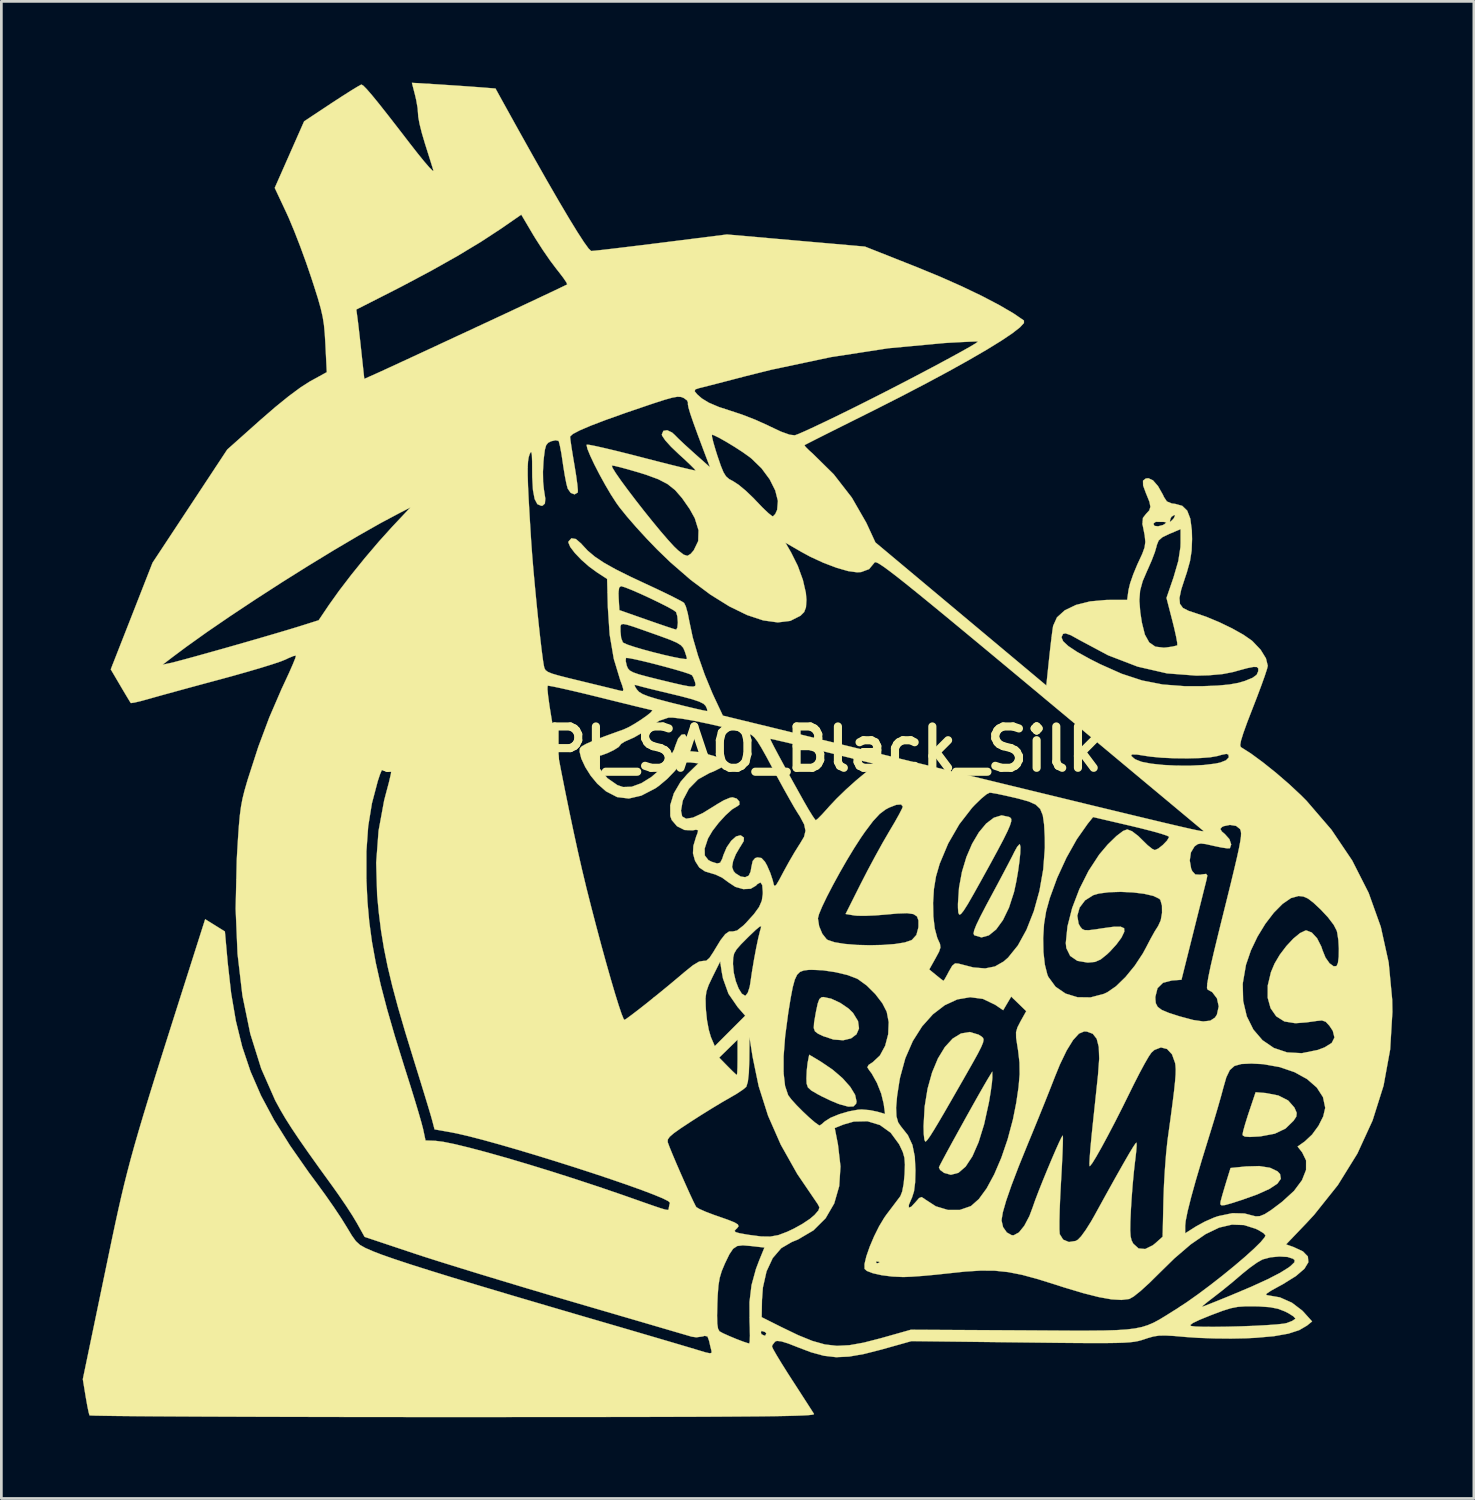
<source format=kicad_pcb>
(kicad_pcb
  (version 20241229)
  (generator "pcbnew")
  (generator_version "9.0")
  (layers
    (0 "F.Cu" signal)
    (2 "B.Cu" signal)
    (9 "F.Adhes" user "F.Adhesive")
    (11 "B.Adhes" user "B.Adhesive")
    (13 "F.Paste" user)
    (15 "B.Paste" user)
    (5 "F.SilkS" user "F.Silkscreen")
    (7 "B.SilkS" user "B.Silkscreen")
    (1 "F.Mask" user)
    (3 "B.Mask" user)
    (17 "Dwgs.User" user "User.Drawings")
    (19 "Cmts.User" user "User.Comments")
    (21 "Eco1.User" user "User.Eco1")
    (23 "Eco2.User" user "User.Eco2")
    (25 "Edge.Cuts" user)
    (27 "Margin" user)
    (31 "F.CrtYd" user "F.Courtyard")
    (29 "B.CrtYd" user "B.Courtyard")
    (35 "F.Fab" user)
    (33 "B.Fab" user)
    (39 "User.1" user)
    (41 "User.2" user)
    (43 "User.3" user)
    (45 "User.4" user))
  (footprint "SPIvSPI_SAO_Black_Silk"
    (layer "F.Cu")
    (at 24.156 24.581)
    (property "Reference" "SPIvSPI_SAO_Black_Silk" (at 0 0 0) (layer "F.SilkS") (effects (font (size 1.524 1.524) (thickness 0.3))))
    (attr through_hole)
    (fp_poly (pts (xy 19.639 15.443) (xy 19.916 15.575) (xy 20.01 15.677) (xy 20.039 15.849) (xy 19.911 16.029) (xy 19.625 16.219) (xy 19.177 16.423) (xy 18.578 16.636) (xy 18.211 16.754) (xy 17.978 16.819) (xy 17.852 16.83) (xy 17.807 16.788) (xy 17.816 16.693) (xy 17.83 16.637) (xy 17.884 16.439) (xy 17.968 16.154) (xy 18.033 15.938) (xy 18.184 15.452) (xy 18.755 15.394) (xy 19.244 15.381) (xy 19.639 15.443)) (stroke (width 0.01) (type solid)) (fill yes) (layer "F.SilkS"))
    (fp_poly (pts (xy 3.454 9.207) (xy 3.784 9.36) (xy 4.092 9.57) (xy 4.258 9.731) (xy 4.443 10.034) (xy 4.479 10.302) (xy 4.387 10.519) (xy 4.186 10.67) (xy 3.896 10.74) (xy 3.537 10.713) (xy 3.154 10.586) (xy 2.966 10.496) (xy 2.855 10.411) (xy 2.811 10.29) (xy 2.822 10.092) (xy 2.876 9.777) (xy 2.893 9.683) (xy 2.956 9.387) (xy 3.017 9.223) (xy 3.096 9.155) (xy 3.168 9.146) (xy 3.454 9.207)) (stroke (width 0.01) (type solid)) (fill yes) (layer "F.SilkS"))
    (fp_poly (pts (xy 19.482 12.687) (xy 19.946 12.777) (xy 20.308 12.961) (xy 20.54 13.224) (xy 20.543 13.231) (xy 20.624 13.418) (xy 20.61 13.553) (xy 20.51 13.706) (xy 20.211 13.997) (xy 19.815 14.186) (xy 19.297 14.283) (xy 19.212 14.29) (xy 18.895 14.306) (xy 18.714 14.294) (xy 18.636 14.251) (xy 18.627 14.21) (xy 18.653 14.079) (xy 18.722 13.833) (xy 18.821 13.515) (xy 18.868 13.374) (xy 19.109 12.658) (xy 19.482 12.687)) (stroke (width 0.01) (type solid)) (fill yes) (layer "F.SilkS"))
    (fp_poly (pts (xy 3.078 11.534) (xy 3.51 11.828) (xy 3.876 12.144) (xy 4.157 12.46) (xy 4.335 12.753) (xy 4.389 12.999) (xy 4.373 13.079) (xy 4.276 13.18) (xy 4.083 13.188) (xy 3.774 13.104) (xy 3.7 13.078) (xy 3.433 12.966) (xy 3.115 12.814) (xy 2.959 12.732) (xy 2.72 12.593) (xy 2.595 12.479) (xy 2.547 12.337) (xy 2.54 12.147) (xy 2.553 11.848) (xy 2.584 11.571) (xy 2.592 11.532) (xy 2.643 11.274) (xy 3.078 11.534)) (stroke (width 0.01) (type solid)) (fill yes) (layer "F.SilkS"))
    (fp_poly (pts (xy 9.397 12.119) (xy 9.382 12.306) (xy 9.342 12.602) (xy 9.285 12.953) (xy 9.267 13.05) (xy 9.094 13.839) (xy 8.89 14.498) (xy 8.662 15.02) (xy 8.412 15.4) (xy 8.146 15.629) (xy 7.867 15.702) (xy 7.62 15.633) (xy 7.472 15.524) (xy 7.427 15.431) (xy 7.471 15.337) (xy 7.584 15.121) (xy 7.751 14.811) (xy 7.958 14.432) (xy 8.191 14.01) (xy 8.433 13.572) (xy 8.672 13.144) (xy 8.893 12.752) (xy 9.081 12.423) (xy 9.221 12.183) (xy 9.241 12.15) (xy 9.395 11.896) (xy 9.397 12.119)) (stroke (width 0.01) (type solid)) (fill yes) (layer "F.SilkS"))
    (fp_poly (pts (xy 10.015 2.503) (xy 10.061 2.53) (xy 10.096 2.577) (xy 10.094 2.666) (xy 10.05 2.811) (xy 9.956 3.029) (xy 9.805 3.335) (xy 9.589 3.743) (xy 9.303 4.27) (xy 8.996 4.826) (xy 8.71 5.339) (xy 8.495 5.713) (xy 8.34 5.958) (xy 8.237 6.086) (xy 8.174 6.105) (xy 8.142 6.027) (xy 8.13 5.861) (xy 8.129 5.712) (xy 8.169 5.11) (xy 8.277 4.527) (xy 8.442 3.98) (xy 8.653 3.49) (xy 8.9 3.072) (xy 9.17 2.747) (xy 9.454 2.531) (xy 9.739 2.444) (xy 10.015 2.503)) (stroke (width 0.01) (type solid)) (fill yes) (layer "F.SilkS"))
    (fp_poly (pts (xy 10.434 3.612) (xy 10.427 3.838) (xy 10.395 4.152) (xy 10.345 4.514) (xy 10.281 4.884) (xy 10.208 5.225) (xy 10.193 5.286) (xy 10.011 5.848) (xy 9.788 6.308) (xy 9.537 6.653) (xy 9.269 6.87) (xy 8.997 6.946) (xy 8.733 6.867) (xy 8.731 6.866) (xy 8.704 6.809) (xy 8.727 6.688) (xy 8.807 6.484) (xy 8.953 6.181) (xy 9.172 5.76) (xy 9.339 5.449) (xy 9.584 4.993) (xy 9.811 4.565) (xy 10.003 4.199) (xy 10.145 3.925) (xy 10.21 3.792) (xy 10.313 3.606) (xy 10.395 3.514) (xy 10.413 3.513) (xy 10.434 3.612)) (stroke (width 0.01) (type solid)) (fill yes) (layer "F.SilkS"))
    (fp_poly (pts (xy 8.89 10.533) (xy 9.006 10.607) (xy 9.055 10.654) (xy 9.074 10.719) (xy 9.055 10.822) (xy 8.989 10.984) (xy 8.867 11.225) (xy 8.679 11.565) (xy 8.418 12.024) (xy 8.319 12.198) (xy 7.945 12.85) (xy 7.646 13.369) (xy 7.412 13.768) (xy 7.235 14.063) (xy 7.106 14.267) (xy 7.016 14.395) (xy 6.958 14.46) (xy 6.922 14.478) (xy 6.89 14.401) (xy 6.868 14.198) (xy 6.861 13.913) (xy 6.861 13.906) (xy 6.901 13.189) (xy 7.009 12.525) (xy 7.175 11.929) (xy 7.39 11.413) (xy 7.646 10.992) (xy 7.933 10.679) (xy 8.242 10.49) (xy 8.564 10.436) (xy 8.89 10.533)) (stroke (width 0.01) (type solid)) (fill yes) (layer "F.SilkS"))
    (fp_poly (pts (xy -11.107 -24.521) (xy -10.644 -24.491) (xy -10.161 -24.459) (xy -9.733 -24.428) (xy -9.566 -24.416) (xy -8.929 -24.366) (xy -8.689 -23.93) (xy -8.083 -22.836) (xy -7.53 -21.848) (xy -7.033 -20.972) (xy -6.595 -20.214) (xy -6.219 -19.579) (xy -5.908 -19.072) (xy -5.666 -18.699) (xy -5.496 -18.464) (xy -5.401 -18.374) (xy -5.395 -18.373) (xy -5.272 -18.383) (xy -5.003 -18.412) (xy -4.612 -18.457) (xy -4.122 -18.516) (xy -3.555 -18.585) (xy -2.935 -18.662) (xy -2.813 -18.677) (xy -0.393 -18.982) (xy 2.153 -18.758) (xy 4.699 -18.535) (xy 6.646 -17.764) (xy 7.482 -17.419) (xy 8.277 -17.066) (xy 9.009 -16.715) (xy 9.651 -16.379) (xy 10.18 -16.07) (xy 10.563 -15.808) (xy 10.563 -15.716) (xy 10.416 -15.557) (xy 10.133 -15.336) (xy 9.72 -15.059) (xy 9.186 -14.73) (xy 8.54 -14.355) (xy 7.789 -13.937) (xy 6.942 -13.482) (xy 6.006 -12.994) (xy 4.991 -12.479) (xy 4.784 -12.376) (xy 4.211 -12.09) (xy 3.688 -11.829) (xy 3.235 -11.602) (xy 2.87 -11.418) (xy 2.613 -11.287) (xy 2.481 -11.219) (xy 2.468 -11.212) (xy 2.508 -11.148) (xy 2.645 -11.012) (xy 2.764 -10.907) (xy 3.547 -10.136) (xy 4.216 -9.274) (xy 4.745 -8.354) (xy 4.787 -8.265) (xy 5.083 -7.624) (xy 11.388 -2.346) (xy 11.489 -3.311) (xy 11.534 -3.726) (xy 11.579 -4.105) (xy 11.581 -4.125) (xy 11.947 -4.125) (xy 12.009 -3.977) (xy 12.2 -3.799) (xy 12.528 -3.582) (xy 13.001 -3.321) (xy 13.37 -3.134) (xy 14.169 -2.778) (xy 14.922 -2.531) (xy 15.684 -2.382) (xy 16.51 -2.319) (xy 17.145 -2.32) (xy 17.705 -2.342) (xy 18.135 -2.382) (xy 18.471 -2.442) (xy 18.711 -2.513) (xy 18.995 -2.629) (xy 19.147 -2.74) (xy 19.205 -2.872) (xy 19.205 -2.873) (xy 19.207 -2.974) (xy 19.157 -3.027) (xy 19.031 -3.032) (xy 18.803 -2.987) (xy 18.448 -2.891) (xy 18.288 -2.845) (xy 17.895 -2.768) (xy 17.38 -2.722) (xy 16.923 -2.71) (xy 15.84 -2.793) (xy 14.756 -3.042) (xy 13.668 -3.46) (xy 12.604 -4.028) (xy 12.293 -4.201) (xy 12.096 -4.27) (xy 12.005 -4.249) (xy 11.947 -4.125) (xy 11.581 -4.125) (xy 11.617 -4.4) (xy 11.64 -4.546) (xy 11.781 -4.858) (xy 12.067 -5.117) (xy 12.481 -5.317) (xy 13.005 -5.448) (xy 13.446 -5.487) (xy 14.82 -5.487) (xy 14.853 -5.058) (xy 14.913 -4.666) (xy 15.023 -4.225) (xy 15.184 -3.934) (xy 15.411 -3.778) (xy 15.72 -3.741) (xy 15.81 -3.748) (xy 16.044 -3.782) (xy 16.196 -3.818) (xy 16.22 -3.83) (xy 16.217 -3.924) (xy 16.177 -4.145) (xy 16.107 -4.457) (xy 16.041 -4.724) (xy 15.821 -5.576) (xy 16.081 -6.333) (xy 16.258 -6.942) (xy 16.336 -7.453) (xy 16.341 -7.602) (xy 16.341 -8.113) (xy 15.924 -7.937) (xy 15.67 -7.815) (xy 15.532 -7.693) (xy 15.465 -7.529) (xy 15.454 -7.477) (xy 15.391 -7.262) (xy 15.275 -6.958) (xy 15.129 -6.625) (xy 15.109 -6.583) (xy 14.943 -6.196) (xy 14.848 -5.849) (xy 14.82 -5.487) (xy 13.446 -5.487) (xy 13.62 -5.502) (xy 13.72 -5.503) (xy 14.37 -5.503) (xy 14.42 -5.867) (xy 14.481 -6.119) (xy 14.598 -6.455) (xy 14.747 -6.813) (xy 14.78 -6.884) (xy 14.928 -7.203) (xy 15.012 -7.435) (xy 15.041 -7.64) (xy 15.018 -7.879) (xy 14.953 -8.211) (xy 14.934 -8.299) (xy 14.934 -8.304) (xy 15.341 -8.304) (xy 15.377 -8.233) (xy 15.512 -8.218) (xy 15.682 -8.262) (xy 15.748 -8.297) (xy 15.814 -8.359) (xy 15.73 -8.38) (xy 15.684 -8.381) (xy 15.507 -8.384) (xy 15.433 -8.388) (xy 15.352 -8.33) (xy 15.341 -8.304) (xy 14.934 -8.304) (xy 14.942 -8.399) (xy 15.944 -8.399) (xy 15.952 -8.382) (xy 16.023 -8.438) (xy 16.087 -8.509) (xy 16.138 -8.612) (xy 16.106 -8.636) (xy 16.004 -8.568) (xy 15.971 -8.509) (xy 15.944 -8.399) (xy 14.942 -8.399) (xy 14.952 -8.528) (xy 15.064 -8.672) (xy 15.185 -8.803) (xy 15.228 -8.936) (xy 15.193 -9.119) (xy 15.08 -9.4) (xy 15.066 -9.431) (xy 14.959 -9.724) (xy 14.955 -9.901) (xy 15.058 -9.981) (xy 15.155 -9.991) (xy 15.322 -9.914) (xy 15.508 -9.701) (xy 15.688 -9.384) (xy 15.727 -9.298) (xy 15.835 -9.135) (xy 16.016 -9.06) (xy 16.146 -9.044) (xy 16.403 -8.972) (xy 16.585 -8.796) (xy 16.7 -8.498) (xy 16.756 -8.064) (xy 16.764 -7.744) (xy 16.748 -7.318) (xy 16.689 -6.938) (xy 16.573 -6.522) (xy 16.508 -6.328) (xy 16.365 -5.888) (xy 16.299 -5.573) (xy 16.318 -5.355) (xy 16.428 -5.206) (xy 16.638 -5.098) (xy 16.836 -5.034) (xy 17.284 -4.882) (xy 17.769 -4.68) (xy 18.241 -4.452) (xy 18.655 -4.22) (xy 18.96 -4.009) (xy 18.992 -3.982) (xy 19.293 -3.666) (xy 19.489 -3.348) (xy 19.557 -3.073) (xy 19.527 -2.948) (xy 19.444 -2.694) (xy 19.317 -2.34) (xy 19.158 -1.916) (xy 19.007 -1.527) (xy 18.798 -0.988) (xy 18.654 -0.587) (xy 18.569 -0.312) (xy 18.54 -0.146) (xy 18.562 -0.075) (xy 18.563 -0.074) (xy 18.931 0.16) (xy 19.376 0.487) (xy 19.86 0.874) (xy 20.343 1.291) (xy 20.787 1.706) (xy 20.986 1.906) (xy 21.906 2.975) (xy 22.67 4.108) (xy 23.277 5.303) (xy 23.726 6.558) (xy 24.016 7.871) (xy 24.146 9.24) (xy 24.154 9.694) (xy 24.071 11.081) (xy 23.827 12.417) (xy 23.423 13.697) (xy 22.862 14.92) (xy 22.143 16.08) (xy 21.269 17.176) (xy 20.985 17.483) (xy 20.232 18.27) (xy 20.503 18.365) (xy 20.852 18.527) (xy 21.036 18.715) (xy 21.054 18.928) (xy 20.908 19.169) (xy 20.595 19.438) (xy 20.116 19.736) (xy 19.972 19.814) (xy 19.675 19.978) (xy 19.52 20.081) (xy 19.493 20.135) (xy 19.564 20.148) (xy 20.004 20.224) (xy 20.448 20.421) (xy 20.825 20.708) (xy 20.879 20.764) (xy 21.192 21.111) (xy 21.002 21.265) (xy 20.717 21.432) (xy 20.318 21.561) (xy 19.788 21.655) (xy 19.113 21.715) (xy 18.754 21.733) (xy 18.199 21.744) (xy 17.588 21.738) (xy 16.998 21.717) (xy 16.543 21.686) (xy 16.099 21.647) (xy 15.779 21.63) (xy 15.541 21.635) (xy 15.34 21.666) (xy 15.134 21.724) (xy 15.021 21.762) (xy 14.901 21.801) (xy 14.779 21.834) (xy 14.64 21.86) (xy 14.468 21.88) (xy 14.246 21.895) (xy 13.96 21.904) (xy 13.592 21.909) (xy 13.127 21.91) (xy 12.549 21.907) (xy 11.843 21.901) (xy 10.991 21.891) (xy 10.47 21.885) (xy 6.415 21.837) (xy 5.314 22.146) (xy 4.658 22.313) (xy 4.113 22.408) (xy 3.635 22.43) (xy 3.181 22.377) (xy 2.709 22.248) (xy 2.25 22.074) (xy 1.867 21.924) (xy 1.61 21.845) (xy 1.452 21.829) (xy 1.383 21.856) (xy 1.284 21.984) (xy 1.27 22.038) (xy 1.314 22.136) (xy 1.436 22.35) (xy 1.619 22.652) (xy 1.849 23.018) (xy 2.011 23.27) (xy 2.267 23.665) (xy 2.493 24.016) (xy 2.673 24.295) (xy 2.788 24.475) (xy 2.819 24.525) (xy 2.806 24.54) (xy 2.742 24.554) (xy 2.62 24.567) (xy 2.433 24.578) (xy 2.174 24.588) (xy 1.836 24.597) (xy 1.412 24.605) (xy 0.894 24.612) (xy 0.276 24.617) (xy -0.449 24.622) (xy -1.288 24.627) (xy -2.249 24.63) (xy -3.339 24.633) (xy -4.564 24.635) (xy -5.932 24.636) (xy -7.45 24.637) (xy -9.125 24.638) (xy -10.489 24.638) (xy -11.981 24.638) (xy -13.427 24.636) (xy -14.817 24.635) (xy -16.143 24.632) (xy -17.395 24.629) (xy -18.565 24.625) (xy -19.644 24.621) (xy -20.622 24.616) (xy -21.49 24.611) (xy -22.24 24.605) (xy -22.862 24.599) (xy -23.348 24.592) (xy -23.687 24.586) (xy -23.872 24.579) (xy -23.905 24.575) (xy -23.936 24.465) (xy -23.984 24.235) (xy -24.038 23.93) (xy -24.047 23.876) (xy -24.151 23.241) (xy -23.332 19.304) (xy -23.192 18.632) (xy -23.067 18.031) (xy -22.951 17.486) (xy -22.841 16.984) (xy -22.733 16.51) (xy -22.624 16.052) (xy -22.509 15.595) (xy -22.385 15.124) (xy -22.248 14.628) (xy -22.093 14.09) (xy -21.917 13.499) (xy -21.716 12.839) (xy -21.486 12.097) (xy -21.223 11.26) (xy -20.923 10.313) (xy -20.583 9.242) (xy -20.198 8.034) (xy -19.886 7.053) (xy -19.638 6.275) (xy -19.274 6.501) (xy -18.911 6.727) (xy -18.808 7.872) (xy -18.681 9.002) (xy -18.506 10.029) (xy -18.271 10.983) (xy -17.966 11.89) (xy -17.579 12.78) (xy -17.098 13.68) (xy -16.512 14.618) (xy -15.81 15.623) (xy -15.498 16.044) (xy -15.196 16.459) (xy -14.891 16.896) (xy -14.619 17.304) (xy -14.418 17.628) (xy -14.229 17.942) (xy -14.08 18.15) (xy -13.927 18.29) (xy -13.727 18.403) (xy -13.434 18.53) (xy -13.432 18.531) (xy -13.109 18.655) (xy -12.658 18.812) (xy -12.072 19.006) (xy -11.349 19.235) (xy -10.483 19.503) (xy -9.47 19.809) (xy -8.307 20.156) (xy -6.988 20.545) (xy -5.63 20.943) (xy -4.855 21.169) (xy -4.111 21.386) (xy -3.42 21.589) (xy -2.8 21.771) (xy -2.271 21.927) (xy -1.853 22.051) (xy -1.565 22.137) (xy -1.457 22.17) (xy -1.174 22.255) (xy -1.018 22.287) (xy -0.958 22.267) (xy -0.962 22.199) (xy -0.963 22.196) (xy -1.01 22.007) (xy -1.051 21.826) (xy -1.109 21.667) (xy -1.212 21.642) (xy -1.291 21.666) (xy -1.521 21.697) (xy -1.693 21.673) (xy -1.814 21.637) (xy -2.081 21.559) (xy -2.478 21.443) (xy -2.989 21.293) (xy -3.596 21.115) (xy -4.285 20.914) (xy -4.355 20.893) (xy -0.756 20.893) (xy -0.749 21.193) (xy -0.721 21.377) (xy -0.671 21.471) (xy -0.665 21.477) (xy -0.538 21.547) (xy -0.311 21.649) (xy -0.042 21.761) (xy 0.212 21.858) (xy 0.393 21.917) (xy 0.432 21.924) (xy 0.449 21.848) (xy 0.456 21.638) (xy 0.454 21.531) (xy 0.859 21.531) (xy 0.886 21.586) (xy 0.993 21.637) (xy 1.031 21.623) (xy 1.059 21.545) (xy 1.006 21.499) (xy 0.88 21.458) (xy 0.859 21.531) (xy 0.454 21.531) (xy 0.451 21.331) (xy 0.442 21.103) (xy 0.442 20.955) (xy 0.889 20.955) (xy 1.609 21.316) (xy 2.235 21.618) (xy 2.76 21.831) (xy 3.223 21.961) (xy 3.666 22.012) (xy 4.128 21.988) (xy 4.651 21.894) (xy 5.274 21.734) (xy 5.338 21.716) (xy 6.392 21.418) (xy 10.499 21.44) (xy 11.464 21.446) (xy 12.278 21.451) (xy 12.956 21.451) (xy 13.517 21.446) (xy 13.976 21.432) (xy 14.351 21.408) (xy 14.659 21.37) (xy 14.917 21.317) (xy 15.143 21.245) (xy 15.147 21.244) (xy 16.698 21.244) (xy 16.725 21.279) (xy 16.894 21.3) (xy 17.197 21.31) (xy 17.6 21.311) (xy 18.067 21.305) (xy 18.564 21.292) (xy 19.057 21.273) (xy 19.51 21.249) (xy 19.888 21.222) (xy 20.157 21.192) (xy 20.256 21.171) (xy 20.458 21.093) (xy 20.568 21.018) (xy 20.574 21.001) (xy 20.504 20.925) (xy 20.327 20.813) (xy 20.2 20.747) (xy 19.94 20.646) (xy 19.639 20.586) (xy 19.242 20.558) (xy 19.078 20.554) (xy 18.73 20.554) (xy 18.454 20.573) (xy 18.194 20.624) (xy 17.896 20.717) (xy 17.505 20.864) (xy 17.445 20.887) (xy 17.044 21.05) (xy 16.797 21.168) (xy 16.698 21.244) (xy 15.147 21.244) (xy 15.353 21.154) (xy 15.564 21.04) (xy 15.793 20.901) (xy 16.058 20.734) (xy 16.188 20.654) (xy 16.311 20.573) (xy 17.124 20.573) (xy 17.126 20.574) (xy 17.214 20.544) (xy 17.429 20.46) (xy 17.739 20.336) (xy 18.115 20.183) (xy 18.193 20.151) (xy 18.951 19.831) (xy 19.555 19.555) (xy 20.01 19.32) (xy 20.325 19.123) (xy 20.405 19.061) (xy 20.539 18.931) (xy 20.547 18.849) (xy 20.489 18.799) (xy 20.285 18.733) (xy 19.985 18.716) (xy 19.659 18.746) (xy 19.373 18.822) (xy 19.362 18.826) (xy 19.164 18.938) (xy 18.897 19.128) (xy 18.614 19.356) (xy 18.582 19.384) (xy 18.25 19.667) (xy 17.881 19.967) (xy 17.581 20.201) (xy 17.348 20.38) (xy 17.185 20.512) (xy 17.124 20.573) (xy 16.311 20.573) (xy 16.568 20.404) (xy 16.993 20.103) (xy 17.441 19.768) (xy 17.891 19.416) (xy 18.322 19.065) (xy 18.714 18.731) (xy 19.045 18.432) (xy 19.295 18.186) (xy 19.442 18.009) (xy 19.473 17.937) (xy 19.403 17.857) (xy 19.225 17.748) (xy 19.113 17.693) (xy 18.68 17.556) (xy 18.235 17.54) (xy 17.766 17.649) (xy 17.264 17.89) (xy 16.716 18.268) (xy 16.112 18.786) (xy 15.579 19.308) (xy 15.195 19.687) (xy 14.867 19.986) (xy 14.612 20.19) (xy 14.45 20.282) (xy 14.446 20.283) (xy 14.16 20.318) (xy 13.793 20.297) (xy 13.329 20.214) (xy 12.751 20.068) (xy 12.041 19.855) (xy 11.769 19.767) (xy 11.075 19.55) (xy 10.493 19.392) (xy 9.979 19.291) (xy 9.487 19.24) (xy 8.973 19.236) (xy 8.394 19.272) (xy 7.772 19.338) (xy 7.294 19.389) (xy 6.827 19.432) (xy 6.42 19.461) (xy 6.126 19.473) (xy 6.104 19.473) (xy 5.7 19.455) (xy 5.316 19.406) (xy 4.993 19.334) (xy 4.769 19.248) (xy 4.685 19.172) (xy 4.683 18.993) (xy 4.703 18.909) (xy 5.108 18.909) (xy 5.12 18.959) (xy 5.165 18.965) (xy 5.234 18.934) (xy 5.221 18.909) (xy 5.121 18.899) (xy 5.108 18.909) (xy 4.703 18.909) (xy 4.751 18.708) (xy 4.874 18.355) (xy 5.036 17.973) (xy 5.221 17.601) (xy 5.349 17.389) (xy 9.737 17.389) (xy 9.793 17.632) (xy 9.932 17.83) (xy 10.113 17.931) (xy 10.186 17.933) (xy 10.378 17.828) (xy 10.576 17.583) (xy 10.764 17.227) (xy 10.884 16.907) (xy 10.972 16.655) (xy 11.098 16.323) (xy 11.25 15.941) (xy 11.415 15.538) (xy 11.58 15.144) (xy 11.733 14.789) (xy 11.861 14.503) (xy 11.953 14.314) (xy 11.996 14.254) (xy 11.996 14.254) (xy 12.001 14.345) (xy 11.997 14.579) (xy 11.984 14.929) (xy 11.963 15.371) (xy 11.935 15.879) (xy 11.929 15.978) (xy 11.901 16.51) (xy 11.881 16.996) (xy 11.871 17.407) (xy 11.871 17.713) (xy 11.882 17.883) (xy 11.884 17.893) (xy 12.009 18.093) (xy 12.221 18.182) (xy 12.469 18.143) (xy 12.552 18.097) (xy 12.673 17.971) (xy 12.845 17.734) (xy 13.039 17.425) (xy 13.156 17.22) (xy 13.586 16.439) (xy 13.941 15.801) (xy 14.225 15.299) (xy 14.44 14.926) (xy 14.591 14.677) (xy 14.681 14.543) (xy 14.714 14.516) (xy 14.72 14.611) (xy 14.705 14.831) (xy 14.671 15.136) (xy 14.657 15.241) (xy 14.615 15.614) (xy 14.571 16.09) (xy 14.532 16.6) (xy 14.509 16.977) (xy 14.488 17.431) (xy 14.483 17.751) (xy 14.497 17.968) (xy 14.532 18.118) (xy 14.59 18.234) (xy 14.594 18.241) (xy 14.791 18.419) (xy 15.036 18.44) (xy 15.316 18.303) (xy 15.416 18.222) (xy 15.678 17.988) (xy 15.688 17.581) (xy 16.51 17.581) (xy 16.51 17.861) (xy 16.912 17.606) (xy 17.234 17.43) (xy 17.586 17.276) (xy 17.732 17.227) (xy 18.253 17.118) (xy 18.698 17.129) (xy 18.947 17.194) (xy 19.11 17.235) (xy 19.266 17.227) (xy 19.445 17.154) (xy 19.681 17.003) (xy 20.006 16.759) (xy 20.094 16.691) (xy 20.525 16.297) (xy 20.819 15.903) (xy 20.969 15.524) (xy 20.97 15.172) (xy 20.827 14.877) (xy 20.657 14.66) (xy 20.922 14.472) (xy 21.191 14.22) (xy 21.429 13.894) (xy 21.602 13.55) (xy 21.674 13.245) (xy 21.675 13.223) (xy 21.594 12.838) (xy 21.365 12.484) (xy 21.01 12.174) (xy 20.548 11.918) (xy 20 11.73) (xy 19.386 11.621) (xy 18.948 11.599) (xy 18.582 11.616) (xy 18.329 11.687) (xy 18.156 11.84) (xy 18.028 12.105) (xy 17.916 12.496) (xy 17.835 12.798) (xy 17.717 13.211) (xy 17.577 13.685) (xy 17.428 14.17) (xy 17.398 14.266) (xy 17.127 15.146) (xy 16.902 15.908) (xy 16.726 16.544) (xy 16.6 17.046) (xy 16.528 17.405) (xy 16.51 17.581) (xy 15.688 17.581) (xy 15.709 16.635) (xy 15.729 16.076) (xy 15.764 15.486) (xy 15.807 14.925) (xy 15.856 14.456) (xy 15.87 14.351) (xy 15.97 13.628) (xy 16.046 13.052) (xy 16.102 12.602) (xy 16.138 12.259) (xy 16.158 12.002) (xy 16.162 11.811) (xy 16.152 11.665) (xy 16.14 11.581) (xy 16.024 11.258) (xy 15.841 11.062) (xy 15.615 11.004) (xy 15.376 11.097) (xy 15.264 11.197) (xy 15.168 11.337) (xy 15.016 11.599) (xy 14.826 11.952) (xy 14.615 12.365) (xy 14.492 12.615) (xy 14.202 13.202) (xy 13.921 13.756) (xy 13.658 14.258) (xy 13.425 14.69) (xy 13.231 15.033) (xy 13.086 15.269) (xy 13 15.379) (xy 12.984 15.383) (xy 12.978 15.289) (xy 12.99 15.057) (xy 13.016 14.718) (xy 13.055 14.302) (xy 13.077 14.085) (xy 13.133 13.552) (xy 13.192 12.995) (xy 13.247 12.475) (xy 13.292 12.052) (xy 13.297 12.001) (xy 13.339 11.421) (xy 13.324 10.987) (xy 13.247 10.685) (xy 13.103 10.501) (xy 12.888 10.42) (xy 12.784 10.414) (xy 12.592 10.495) (xy 12.375 10.733) (xy 12.138 11.117) (xy 11.888 11.637) (xy 11.713 12.065) (xy 11.545 12.494) (xy 11.333 13.027) (xy 11.096 13.613) (xy 10.856 14.2) (xy 10.706 14.563) (xy 10.369 15.394) (xy 10.102 16.094) (xy 9.906 16.66) (xy 9.784 17.086) (xy 9.737 17.367) (xy 9.737 17.389) (xy 5.349 17.389) (xy 5.415 17.279) (xy 5.489 17.174) (xy 5.697 16.9) (xy 5.878 16.66) (xy 5.997 16.502) (xy 6.005 16.491) (xy 6.072 16.32) (xy 6.127 16.03) (xy 6.161 15.678) (xy 6.173 15.326) (xy 6.155 15.076) (xy 6.095 14.861) (xy 5.979 14.615) (xy 5.955 14.569) (xy 5.648 14.151) (xy 5.252 13.867) (xy 4.791 13.727) (xy 4.289 13.738) (xy 3.91 13.847) (xy 3.584 13.977) (xy 3.703 14.588) (xy 3.796 15.393) (xy 3.749 16.12) (xy 3.565 16.759) (xy 3.247 17.306) (xy 2.799 17.752) (xy 2.223 18.091) (xy 2.003 18.18) (xy 1.611 18.408) (xy 1.296 18.775) (xy 1.068 19.265) (xy 0.934 19.86) (xy 0.9 20.32) (xy 0.889 20.955) (xy 0.442 20.955) (xy 0.44 20.393) (xy 0.515 19.772) (xy 0.678 19.176) (xy 0.795 18.866) (xy 0.991 18.386) (xy 0.494 18.329) (xy 0.195 18.304) (xy -0.012 18.329) (xy -0.165 18.431) (xy -0.304 18.637) (xy -0.466 18.972) (xy -0.473 18.988) (xy -0.585 19.256) (xy -0.66 19.506) (xy -0.706 19.788) (xy -0.734 20.156) (xy -0.746 20.451) (xy -0.756 20.893) (xy -4.355 20.893) (xy -5.037 20.694) (xy -5.837 20.46) (xy -6.011 20.409) (xy -6.891 20.15) (xy -7.786 19.884) (xy -8.668 19.618) (xy -9.513 19.362) (xy -10.294 19.121) (xy -10.986 18.906) (xy -11.562 18.723) (xy -11.937 18.6) (xy -13.757 17.992) (xy -14.039 17.486) (xy -14.206 17.207) (xy -14.441 16.844) (xy -14.711 16.449) (xy -14.928 16.143) (xy -15.43 15.45) (xy -15.842 14.872) (xy -16.178 14.389) (xy -16.451 13.981) (xy -16.676 13.627) (xy -16.863 13.309) (xy -17.028 13.007) (xy -17.057 12.952) (xy -17.57 11.788) (xy -17.973 10.501) (xy -18.264 9.089) (xy -18.444 7.552) (xy -18.514 5.888) (xy -18.473 4.097) (xy -18.465 3.944) (xy -18.455 3.77) (xy -13.691 3.77) (xy -13.691 4.81) (xy -13.689 4.868) (xy -13.652 5.633) (xy -13.586 6.372) (xy -13.486 7.112) (xy -13.347 7.878) (xy -13.164 8.695) (xy -12.931 9.587) (xy -12.644 10.581) (xy -12.296 11.702) (xy -12.233 11.901) (xy -12.063 12.438) (xy -11.906 12.947) (xy -11.771 13.396) (xy -11.668 13.755) (xy -11.606 13.99) (xy -11.599 14.018) (xy -11.51 14.436) (xy -11.14 14.45) (xy -10.857 14.486) (xy -10.432 14.572) (xy -9.886 14.705) (xy -9.237 14.877) (xy -8.504 15.084) (xy -7.705 15.321) (xy -6.86 15.581) (xy -5.988 15.86) (xy -5.106 16.151) (xy -4.235 16.449) (xy -3.979 16.539) (xy -3.468 16.719) (xy -3.095 16.849) (xy -2.839 16.935) (xy -2.676 16.983) (xy -2.587 16.999) (xy -2.549 16.989) (xy -2.54 16.959) (xy -2.54 16.94) (xy -2.512 16.797) (xy -2.492 16.737) (xy -2.555 16.674) (xy -2.762 16.57) (xy -3.096 16.432) (xy -3.538 16.264) (xy -4.07 16.073) (xy -4.675 15.865) (xy -5.333 15.645) (xy -6.026 15.42) (xy -6.738 15.195) (xy -7.448 14.976) (xy -8.14 14.769) (xy -8.794 14.58) (xy -9.141 14.484) (xy -2.58 14.484) (xy -2.573 14.51) (xy -2.51 14.679) (xy -2.398 14.953) (xy -2.252 15.297) (xy -2.087 15.677) (xy -1.918 16.058) (xy -1.762 16.404) (xy -1.632 16.682) (xy -1.545 16.856) (xy -1.521 16.895) (xy -1.41 16.962) (xy -1.18 17.064) (xy -0.873 17.181) (xy -0.743 17.226) (xy -0.358 17.361) (xy -0.113 17.459) (xy 0.011 17.534) (xy 0.036 17.601) (xy -0.018 17.673) (xy -0.052 17.703) (xy -0.108 17.766) (xy -0.079 17.814) (xy 0.063 17.856) (xy 0.341 17.906) (xy 0.431 17.92) (xy 0.868 17.977) (xy 1.205 17.982) (xy 1.506 17.927) (xy 1.833 17.803) (xy 2.076 17.688) (xy 2.387 17.516) (xy 2.669 17.328) (xy 2.84 17.183) (xy 2.984 17.016) (xy 3.019 16.902) (xy 2.959 16.785) (xy 2.955 16.779) (xy 2.201 15.67) (xy 1.595 14.593) (xy 1.125 13.524) (xy 0.779 12.435) (xy 0.677 11.944) (xy 1.697 11.944) (xy 1.752 12.425) (xy 1.863 12.758) (xy 1.871 12.773) (xy 1.986 12.925) (xy 2.176 13.135) (xy 2.408 13.368) (xy 2.645 13.591) (xy 2.853 13.77) (xy 2.997 13.872) (xy 3.03 13.884) (xy 3.103 13.834) (xy 3.22 13.732) (xy 3.431 13.599) (xy 3.747 13.469) (xy 4.106 13.363) (xy 4.444 13.301) (xy 4.58 13.293) (xy 4.878 13.318) (xy 5.155 13.375) (xy 5.441 13.457) (xy 5.41 13.228) (xy 5.847 13.228) (xy 5.86 13.544) (xy 5.924 13.771) (xy 6.019 13.91) (xy 6.282 14.242) (xy 6.449 14.602) (xy 6.537 15.035) (xy 6.561 15.536) (xy 6.549 15.987) (xy 6.508 16.311) (xy 6.432 16.549) (xy 6.413 16.587) (xy 6.317 16.815) (xy 6.319 16.915) (xy 6.409 16.878) (xy 6.557 16.719) (xy 6.695 16.561) (xy 6.788 16.524) (xy 6.893 16.589) (xy 6.913 16.606) (xy 7.313 16.865) (xy 7.755 16.998) (xy 8.196 16.999) (xy 8.593 16.862) (xy 8.617 16.849) (xy 8.9 16.598) (xy 9.188 16.203) (xy 9.467 15.688) (xy 9.729 15.076) (xy 9.963 14.391) (xy 10.158 13.659) (xy 10.28 13.045) (xy 10.365 12.467) (xy 10.405 11.993) (xy 10.399 11.565) (xy 10.349 11.123) (xy 10.321 10.952) (xy 10.275 10.649) (xy 10.272 10.443) (xy 10.323 10.266) (xy 10.435 10.048) (xy 10.438 10.042) (xy 10.648 9.666) (xy 10.371 9.397) (xy 10.162 9.195) (xy 15.409 9.195) (xy 15.426 9.373) (xy 15.496 9.508) (xy 15.645 9.62) (xy 15.903 9.729) (xy 16.297 9.856) (xy 16.311 9.86) (xy 16.808 9.993) (xy 17.176 10.046) (xy 17.436 10.017) (xy 17.608 9.906) (xy 17.681 9.794) (xy 17.748 9.49) (xy 17.683 9.195) (xy 17.507 8.963) (xy 17.337 8.869) (xy 17.315 8.812) (xy 17.325 8.657) (xy 17.326 8.65) (xy 18.633 8.65) (xy 18.648 9.287) (xy 18.782 9.856) (xy 19.025 10.345) (xy 19.362 10.738) (xy 19.781 11.024) (xy 20.269 11.188) (xy 20.813 11.217) (xy 21.401 11.098) (xy 21.654 11.002) (xy 21.917 10.838) (xy 22.017 10.639) (xy 21.956 10.393) (xy 21.831 10.204) (xy 21.695 10.058) (xy 21.555 10.008) (xy 21.337 10.03) (xy 21.301 10.037) (xy 20.986 10.08) (xy 20.637 10.107) (xy 20.559 10.109) (xy 20.17 10.046) (xy 19.868 9.855) (xy 19.661 9.557) (xy 19.554 9.172) (xy 19.556 8.723) (xy 19.674 8.229) (xy 19.807 7.913) (xy 20.001 7.585) (xy 20.243 7.266) (xy 20.502 6.989) (xy 20.748 6.787) (xy 20.948 6.692) (xy 20.981 6.689) (xy 21.181 6.767) (xy 21.375 6.977) (xy 21.532 7.285) (xy 21.575 7.416) (xy 21.686 7.69) (xy 21.834 7.9) (xy 21.986 8.011) (xy 22.093 8.004) (xy 22.145 7.89) (xy 22.174 7.658) (xy 22.179 7.36) (xy 22.161 7.046) (xy 22.118 6.768) (xy 22.101 6.699) (xy 21.99 6.483) (xy 21.777 6.203) (xy 21.509 5.917) (xy 21.238 5.663) (xy 21.039 5.512) (xy 20.874 5.439) (xy 20.701 5.419) (xy 20.693 5.419) (xy 20.413 5.495) (xy 20.103 5.709) (xy 19.781 6.034) (xy 19.466 6.445) (xy 19.177 6.918) (xy 18.934 7.427) (xy 18.756 7.947) (xy 18.752 7.959) (xy 18.633 8.65) (xy 17.326 8.65) (xy 17.369 8.394) (xy 17.449 8.009) (xy 17.569 7.49) (xy 17.73 6.826) (xy 17.818 6.469) (xy 18.024 5.64) (xy 18.192 4.96) (xy 18.324 4.411) (xy 18.425 3.98) (xy 18.497 3.649) (xy 18.543 3.404) (xy 18.568 3.228) (xy 18.573 3.106) (xy 18.562 3.021) (xy 18.539 2.959) (xy 18.534 2.949) (xy 18.388 2.833) (xy 18.161 2.796) (xy 17.927 2.844) (xy 17.868 2.875) (xy 17.807 2.946) (xy 17.864 3.041) (xy 17.974 3.134) (xy 18.143 3.323) (xy 18.208 3.518) (xy 18.159 3.657) (xy 18.06 3.661) (xy 17.845 3.629) (xy 17.569 3.571) (xy 17.272 3.504) (xy 17.09 3.482) (xy 16.972 3.506) (xy 16.87 3.579) (xy 16.851 3.596) (xy 16.721 3.814) (xy 16.679 4.109) (xy 16.731 4.41) (xy 16.772 4.502) (xy 16.883 4.623) (xy 17.064 4.634) (xy 17.112 4.625) (xy 17.282 4.603) (xy 17.328 4.662) (xy 17.3 4.807) (xy 17.263 4.957) (xy 17.191 5.242) (xy 17.093 5.636) (xy 16.974 6.108) (xy 16.843 6.632) (xy 16.808 6.773) (xy 16.373 8.509) (xy 16.02 8.535) (xy 15.693 8.62) (xy 15.49 8.819) (xy 15.411 9.134) (xy 15.409 9.195) (xy 10.162 9.195) (xy 10.094 9.129) (xy 9.797 9.631) (xy 9.505 9.432) (xy 9.051 9.214) (xy 8.58 9.152) (xy 8.105 9.233) (xy 7.642 9.447) (xy 7.205 9.782) (xy 6.807 10.227) (xy 6.463 10.77) (xy 6.188 11.401) (xy 5.995 12.108) (xy 5.972 12.23) (xy 5.884 12.798) (xy 5.847 13.228) (xy 5.41 13.228) (xy 5.389 13.078) (xy 5.299 12.709) (xy 5.141 12.313) (xy 4.949 11.968) (xy 4.853 11.84) (xy 4.787 11.737) (xy 4.832 11.651) (xy 4.988 11.548) (xy 5.25 11.303) (xy 5.444 10.945) (xy 5.556 10.519) (xy 5.575 10.071) (xy 5.502 9.69) (xy 5.341 9.375) (xy 5.079 9.034) (xy 4.763 8.72) (xy 4.443 8.488) (xy 4.398 8.464) (xy 4.056 8.334) (xy 3.615 8.229) (xy 3.146 8.159) (xy 2.718 8.139) (xy 2.623 8.143) (xy 2.442 8.166) (xy 2.303 8.218) (xy 2.196 8.323) (xy 2.11 8.505) (xy 2.034 8.785) (xy 1.957 9.187) (xy 1.868 9.734) (xy 1.868 9.737) (xy 1.755 10.588) (xy 1.698 11.327) (xy 1.697 11.944) (xy 0.677 11.944) (xy 0.554 11.345) (xy 0.44 10.626) (xy 0.432 11.477) (xy 0.416 11.941) (xy 0.379 12.27) (xy 0.324 12.449) (xy 0.318 12.459) (xy 0.191 12.565) (xy -0.035 12.715) (xy -0.296 12.867) (xy -0.573 13.026) (xy -0.941 13.248) (xy -1.35 13.502) (xy -1.717 13.737) (xy -2.096 13.987) (xy -2.351 14.168) (xy -2.503 14.299) (xy -2.572 14.398) (xy -2.58 14.484) (xy -9.141 14.484) (xy -9.394 14.414) (xy -9.92 14.278) (xy -10.355 14.177) (xy -10.563 14.136) (xy -11.177 14.027) (xy -11.268 13.681) (xy -11.319 13.501) (xy -11.413 13.187) (xy -11.54 12.769) (xy -11.692 12.274) (xy -11.86 11.732) (xy -11.941 11.472) (xy -11.969 11.38) (xy -0.678 11.38) (xy -0.364 11.701) (xy -0.184 11.881) (xy -0.06 11.997) (xy -0.025 12.023) (xy -0.013 11.945) (xy -0.004 11.738) (xy -0.000162 11.444) (xy 0 11.37) (xy 0 10.718) (xy -0.339 11.049) (xy -0.678 11.38) (xy -11.969 11.38) (xy -12.258 10.439) (xy -12.521 9.537) (xy -12.735 8.739) (xy -12.908 8.017) (xy -13.044 7.344) (xy -13.151 6.693) (xy -13.233 6.036) (xy -13.295 5.384) (xy -13.33 4.192) (xy -13.242 3.013) (xy -13.037 1.898) (xy -12.984 1.693) (xy -12.863 1.239) (xy -12.789 0.923) (xy -12.761 0.72) (xy -12.777 0.607) (xy -12.835 0.559) (xy -12.908 0.55) (xy -13.005 0.583) (xy -13.094 0.703) (xy -13.191 0.937) (xy -13.273 1.185) (xy -13.487 1.998) (xy -13.625 2.846) (xy -13.691 3.77) (xy -18.455 3.77) (xy -18.428 3.318) (xy -18.394 2.827) (xy -18.358 2.437) (xy -18.315 2.116) (xy -18.261 1.829) (xy -18.19 1.542) (xy -18.098 1.222) (xy -18.063 1.106) (xy -17.678 -0.084) (xy -17.272 -1.169) (xy -16.821 -2.214) (xy -16.813 -2.231) (xy -7.014 -2.231) (xy -6.99 -1.977) (xy -6.938 -1.597) (xy -6.859 -1.107) (xy -6.758 -0.528) (xy -6.639 0.122) (xy -6.505 0.823) (xy -6.359 1.558) (xy -6.206 2.307) (xy -6.049 3.052) (xy -5.892 3.772) (xy -5.737 4.45) (xy -5.589 5.067) (xy -5.584 5.09) (xy -5.402 5.81) (xy -5.215 6.529) (xy -5.029 7.227) (xy -4.847 7.887) (xy -4.676 8.489) (xy -4.521 9.015) (xy -4.387 9.446) (xy -4.28 9.764) (xy -4.205 9.949) (xy -4.174 9.991) (xy -4.093 9.941) (xy -3.908 9.805) (xy -3.644 9.603) (xy -3.331 9.357) (xy -3.312 9.341) (xy -3.108 9.177) (xy -1.181 9.177) (xy -1.175 9.482) (xy -1.167 9.629) (xy -1.128 10) (xy -1.063 10.353) (xy -0.987 10.613) (xy -0.984 10.622) (xy -0.841 10.957) (xy -0.279 10.395) (xy 0.282 9.834) (xy 0.004 9.516) (xy -0.335 9.025) (xy -0.538 8.461) (xy -0.585 8.213) (xy -0.626 7.936) (xy -0.169 7.936) (xy -0.141 8.248) (xy -0.067 8.559) (xy 0.038 8.83) (xy 0.156 9.021) (xy 0.272 9.094) (xy 0.299 9.089) (xy 0.378 8.985) (xy 0.446 8.772) (xy 0.467 8.65) (xy 0.53 8.224) (xy 0.546 8.129) (xy 7.07 8.129) (xy 7.324 8.337) (xy 7.49 8.471) (xy 7.588 8.544) (xy 7.597 8.548) (xy 7.643 8.482) (xy 7.738 8.312) (xy 7.794 8.204) (xy 7.918 7.991) (xy 8.023 7.905) (xy 8.149 7.913) (xy 8.155 7.915) (xy 8.696 8.054) (xy 9.132 8.09) (xy 9.494 8.018) (xy 9.814 7.835) (xy 9.979 7.691) (xy 10.339 7.244) (xy 10.49 6.97) (xy 11.272 6.97) (xy 11.282 7.486) (xy 11.334 7.951) (xy 11.426 8.316) (xy 11.462 8.402) (xy 11.729 8.766) (xy 12.099 9.019) (xy 12.539 9.153) (xy 13.02 9.159) (xy 13.508 9.03) (xy 13.64 8.969) (xy 13.961 8.747) (xy 14.309 8.408) (xy 14.65 7.991) (xy 14.949 7.538) (xy 15.068 7.318) (xy 15.231 7.005) (xy 15.386 6.726) (xy 15.504 6.54) (xy 15.512 6.529) (xy 15.609 6.316) (xy 15.657 6.042) (xy 15.654 5.771) (xy 15.596 5.568) (xy 15.557 5.522) (xy 15.339 5.416) (xy 14.998 5.337) (xy 14.581 5.286) (xy 14.133 5.266) (xy 13.699 5.279) (xy 13.326 5.328) (xy 13.122 5.387) (xy 12.818 5.578) (xy 12.616 5.845) (xy 12.531 6.147) (xy 12.58 6.444) (xy 12.648 6.562) (xy 12.716 6.639) (xy 12.806 6.678) (xy 12.958 6.68) (xy 13.21 6.649) (xy 13.458 6.61) (xy 13.868 6.554) (xy 14.13 6.551) (xy 14.258 6.608) (xy 14.266 6.733) (xy 14.17 6.934) (xy 14.148 6.971) (xy 13.973 7.207) (xy 13.738 7.465) (xy 13.629 7.569) (xy 13.393 7.759) (xy 13.185 7.85) (xy 12.928 7.874) (xy 12.908 7.874) (xy 12.533 7.81) (xy 12.268 7.628) (xy 12.127 7.341) (xy 12.107 7.154) (xy 12.169 6.54) (xy 12.342 5.862) (xy 12.608 5.165) (xy 12.946 4.493) (xy 13.339 3.892) (xy 13.654 3.519) (xy 13.974 3.208) (xy 14.221 3.02) (xy 14.373 2.963) (xy 14.548 3.029) (xy 14.781 3.207) (xy 14.92 3.344) (xy 15.126 3.546) (xy 15.3 3.684) (xy 15.39 3.725) (xy 15.52 3.668) (xy 15.69 3.533) (xy 15.842 3.374) (xy 15.916 3.246) (xy 15.917 3.236) (xy 15.839 3.193) (xy 15.623 3.121) (xy 15.294 3.028) (xy 14.881 2.922) (xy 14.516 2.834) (xy 13.114 2.507) (xy 12.913 2.756) (xy 12.513 3.325) (xy 12.13 4.007) (xy 11.789 4.748) (xy 11.517 5.492) (xy 11.381 5.981) (xy 11.304 6.452) (xy 11.272 6.97) (xy 10.49 6.97) (xy 10.658 6.663) (xy 10.927 5.98) (xy 11.136 5.227) (xy 11.275 4.435) (xy 11.335 3.638) (xy 11.332 3.258) (xy 11.307 2.78) (xy 11.258 2.44) (xy 11.162 2.206) (xy 10.995 2.046) (xy 10.733 1.93) (xy 10.352 1.824) (xy 10.234 1.796) (xy 9.875 1.714) (xy 9.569 1.649) (xy 9.358 1.613) (xy 9.3 1.607) (xy 9.182 1.667) (xy 8.989 1.826) (xy 8.753 2.055) (xy 8.65 2.164) (xy 8.178 2.773) (xy 7.768 3.483) (xy 7.454 4.231) (xy 7.318 4.699) (xy 7.242 5.162) (xy 7.211 5.669) (xy 7.221 6.17) (xy 7.273 6.617) (xy 7.365 6.96) (xy 7.39 7.017) (xy 7.467 7.188) (xy 7.483 7.32) (xy 7.43 7.477) (xy 7.301 7.716) (xy 7.07 8.129) (xy 0.546 8.129) (xy 0.605 7.773) (xy 0.686 7.34) (xy 0.764 6.968) (xy 0.83 6.7) (xy 0.855 6.622) (xy 0.871 6.537) (xy 0.815 6.549) (xy 0.673 6.665) (xy 0.431 6.896) (xy 0.386 6.94) (xy 0.125 7.202) (xy -0.038 7.388) (xy -0.126 7.538) (xy -0.162 7.696) (xy -0.169 7.902) (xy -0.169 7.936) (xy -0.626 7.936) (xy -0.641 7.832) (xy -0.924 8.402) (xy -1.069 8.708) (xy -1.15 8.943) (xy -1.181 9.177) (xy -3.108 9.177) (xy -2.929 9.033) (xy -2.533 8.709) (xy -2.177 8.411) (xy -1.966 8.232) (xy -1.646 7.974) (xy -1.419 7.838) (xy -1.27 7.814) (xy -1.269 7.814) (xy -1.155 7.806) (xy -1.036 7.702) (xy -0.886 7.475) (xy -0.842 7.4) (xy -0.625 7.045) (xy -0.455 6.827) (xy -0.312 6.728) (xy -0.178 6.728) (xy -0.02 6.692) (xy 0.212 6.51) (xy 0.308 6.414) (xy 0.463 6.243) (xy 2.963 6.243) (xy 3.009 6.534) (xy 3.126 6.813) (xy 3.283 7.011) (xy 3.329 7.042) (xy 3.581 7.126) (xy 3.95 7.186) (xy 4.396 7.223) (xy 4.881 7.235) (xy 5.364 7.224) (xy 5.806 7.19) (xy 6.167 7.132) (xy 6.407 7.051) (xy 6.435 7.034) (xy 6.596 6.856) (xy 6.667 6.591) (xy 6.672 6.537) (xy 6.672 6.32) (xy 6.618 6.172) (xy 6.486 6.086) (xy 6.254 6.053) (xy 5.897 6.065) (xy 5.494 6.101) (xy 5.089 6.134) (xy 4.712 6.15) (xy 4.417 6.147) (xy 4.305 6.136) (xy 3.985 6.082) (xy 4.544 4.967) (xy 4.796 4.477) (xy 5.076 3.954) (xy 5.35 3.458) (xy 5.587 3.05) (xy 5.599 3.03) (xy 5.798 2.694) (xy 5.958 2.408) (xy 6.063 2.204) (xy 6.096 2.12) (xy 6.031 2.042) (xy 5.855 2.055) (xy 5.594 2.156) (xy 5.462 2.226) (xy 5.243 2.39) (xy 4.994 2.659) (xy 4.699 3.051) (xy 4.553 3.262) (xy 4.3 3.654) (xy 4.032 4.096) (xy 3.766 4.56) (xy 3.515 5.019) (xy 3.294 5.445) (xy 3.119 5.81) (xy 3.004 6.086) (xy 2.963 6.243) (xy 0.463 6.243) (xy 0.605 6.086) (xy 0.793 5.826) (xy 0.894 5.593) (xy 0.93 5.347) (xy 0.931 5.273) (xy 0.91 5.016) (xy 0.845 4.919) (xy 0.73 4.98) (xy 0.677 5.038) (xy 0.482 5.152) (xy 0.211 5.165) (xy -0.081 5.082) (xy -0.332 4.917) (xy -0.57 4.742) (xy -0.821 4.624) (xy -0.87 4.611) (xy -1.2 4.512) (xy -1.412 4.368) (xy -1.557 4.14) (xy -1.576 4.095) (xy -1.645 3.842) (xy -1.63 3.569) (xy -1.526 3.223) (xy -1.478 3.102) (xy -1.454 2.996) (xy -1.532 2.974) (xy -1.659 2.997) (xy -1.957 2.984) (xy -2.233 2.845) (xy -2.429 2.616) (xy -2.482 2.469) (xy -2.484 2.068) (xy -2.351 1.633) (xy -2.102 1.207) (xy -1.859 0.928) (xy -1.446 0.526) (xy -1.736 0.492) (xy -1.916 0.488) (xy -2.06 0.546) (xy -2.221 0.696) (xy -2.337 0.831) (xy -2.597 1.1) (xy -2.901 1.355) (xy -3.038 1.451) (xy -3.55 1.716) (xy -4.012 1.823) (xy -4.442 1.77) (xy -4.852 1.558) (xy -5.174 1.275) (xy -5.415 0.984) (xy -5.618 0.662) (xy -5.763 0.351) (xy -5.773 0.313) (xy -5.32 0.313) (xy -5.269 0.437) (xy -5.128 0.668) (xy -5.128 0.668) (xy -4.802 1.073) (xy -4.435 1.328) (xy -4.225 1.399) (xy -3.909 1.39) (xy -3.548 1.258) (xy -3.178 1.028) (xy -2.831 0.729) (xy -2.541 0.385) (xy -2.343 0.024) (xy -2.297 -0.118) (xy -2.192 -0.39) (xy -2.064 -0.533) (xy -1.945 -0.545) (xy -1.863 -0.423) (xy -1.849 -0.166) (xy -1.851 -0.148) (xy -1.845 0.022) (xy -1.75 0.082) (xy -1.679 0.086) (xy -1.458 0.11) (xy -1.17 0.172) (xy -0.873 0.254) (xy -0.623 0.341) (xy -0.481 0.417) (xy -0.478 0.42) (xy -0.45 0.54) (xy -0.589 0.676) (xy -0.893 0.827) (xy -1.033 0.881) (xy -1.455 1.115) (xy -1.794 1.461) (xy -2.011 1.874) (xy -2.029 1.937) (xy -2.087 2.274) (xy -2.044 2.484) (xy -1.897 2.568) (xy -1.644 2.527) (xy -1.282 2.36) (xy -0.808 2.068) (xy -0.762 2.037) (xy -0.51 1.89) (xy -0.284 1.796) (xy -0.188 1.778) (xy -0.031 1.826) (xy 0.065 1.934) (xy 0.069 2.048) (xy -0.002 2.103) (xy -0.199 2.221) (xy -0.444 2.442) (xy -0.699 2.721) (xy -0.926 3.016) (xy -1.084 3.284) (xy -1.096 3.31) (xy -1.214 3.668) (xy -1.209 3.924) (xy -1.077 4.094) (xy -0.961 4.154) (xy -0.757 4.218) (xy -0.642 4.192) (xy -0.565 4.045) (xy -0.522 3.908) (xy -0.4 3.622) (xy -0.233 3.381) (xy -0.054 3.222) (xy 0.105 3.18) (xy 0.122 3.185) (xy 0.234 3.264) (xy 0.227 3.393) (xy 0.099 3.604) (xy 0.085 3.623) (xy -0.064 3.878) (xy -0.165 4.132) (xy -0.203 4.349) (xy -0.147 4.501) (xy -0.075 4.582) (xy 0.114 4.7) (xy 0.28 4.725) (xy 0.41 4.669) (xy 0.481 4.518) (xy 0.508 4.36) (xy 0.557 4.129) (xy 0.648 4.021) (xy 0.736 3.995) (xy 0.882 4.018) (xy 1.009 4.155) (xy 1.086 4.292) (xy 1.207 4.569) (xy 1.297 4.841) (xy 1.307 4.883) (xy 1.338 5.008) (xy 1.374 5.052) (xy 1.433 4.998) (xy 1.534 4.829) (xy 1.694 4.528) (xy 1.703 4.511) (xy 1.898 4.156) (xy 2.102 3.806) (xy 2.276 3.528) (xy 2.298 3.496) (xy 2.452 3.236) (xy 2.506 3.013) (xy 2.457 2.779) (xy 2.3 2.484) (xy 2.215 2.352) (xy 2.093 2.153) (xy 1.913 1.838) (xy 1.692 1.444) (xy 1.453 1.005) (xy 1.31 0.74) (xy 1.062 0.277) (xy 0.874 -0.057) (xy 0.732 -0.287) (xy 0.661 -0.379) (xy 1.206 -0.379) (xy 1.235 -0.301) (xy 1.34 -0.093) (xy 1.512 0.231) (xy 1.741 0.654) (xy 2.019 1.161) (xy 2.338 1.734) (xy 2.445 1.926) (xy 2.619 2.228) (xy 2.765 2.464) (xy 2.862 2.602) (xy 2.887 2.624) (xy 2.963 2.565) (xy 3.118 2.408) (xy 3.322 2.183) (xy 3.377 2.12) (xy 3.652 1.827) (xy 3.999 1.491) (xy 4.355 1.171) (xy 4.457 1.085) (xy 5.098 0.555) (xy 3.163 0.081) (xy 2.617 -0.052) (xy 2.129 -0.169) (xy 1.722 -0.265) (xy 1.418 -0.335) (xy 1.241 -0.374) (xy 1.206 -0.379) (xy 0.661 -0.379) (xy 0.618 -0.434) (xy 0.516 -0.521) (xy 0.409 -0.57) (xy 0.343 -0.59) (xy -0.366 -0.77) (xy -1.014 -0.922) (xy -1.58 -1.04) (xy -2.043 -1.121) (xy -2.382 -1.161) (xy -2.549 -1.161) (xy -2.894 -1.044) (xy -3.228 -0.815) (xy -3.511 -0.607) (xy -3.822 -0.428) (xy -3.95 -0.372) (xy -4.168 -0.274) (xy -4.3 -0.189) (xy -4.318 -0.16) (xy -4.389 -0.075) (xy -4.566 0.036) (xy -4.793 0.145) (xy -5.015 0.227) (xy -5.161 0.254) (xy -5.283 0.263) (xy -5.32 0.313) (xy -5.773 0.313) (xy -5.828 0.093) (xy -5.816 -0.029) (xy -5.75 -0.1) (xy -5.587 -0.192) (xy -5.314 -0.312) (xy -4.913 -0.467) (xy -4.37 -0.664) (xy -4.211 -0.72) (xy -4.028 -0.803) (xy -3.801 -0.931) (xy -3.565 -1.081) (xy -3.353 -1.23) (xy -3.2 -1.353) (xy -3.141 -1.428) (xy -3.16 -1.439) (xy -3.251 -1.459) (xy -3.482 -1.514) (xy -3.831 -1.598) (xy -4.273 -1.707) (xy -4.784 -1.833) (xy -5.084 -1.908) (xy -5.623 -2.04) (xy -6.105 -2.154) (xy -6.506 -2.245) (xy -6.804 -2.308) (xy -6.974 -2.337) (xy -7.004 -2.337) (xy -7.014 -2.231) (xy -16.813 -2.231) (xy -16.712 -2.448) (xy -16.542 -2.815) (xy -16.406 -3.124) (xy -16.317 -3.344) (xy -16.288 -3.446) (xy -16.29 -3.448) (xy -16.378 -3.434) (xy -16.563 -3.358) (xy -16.675 -3.304) (xy -16.855 -3.232) (xy -17.171 -3.126) (xy -17.596 -2.994) (xy -18.102 -2.846) (xy -18.661 -2.688) (xy -19.032 -2.587) (xy -19.634 -2.425) (xy -20.221 -2.266) (xy -20.761 -2.118) (xy -21.221 -1.992) (xy -21.567 -1.895) (xy -21.697 -1.858) (xy -22.005 -1.773) (xy -22.243 -1.717) (xy -22.372 -1.698) (xy -22.383 -1.701) (xy -22.436 -1.785) (xy -22.553 -1.979) (xy -22.711 -2.245) (xy -22.766 -2.339) (xy -23.12 -2.941) (xy -23.053 -3.114) (xy -21.209 -3.114) (xy -20.913 -3.176) (xy -20.746 -3.217) (xy -20.445 -3.297) (xy -20.037 -3.408) (xy -19.55 -3.544) (xy -19.011 -3.695) (xy -18.754 -3.768) (xy -18.166 -3.936) (xy -17.586 -4.104) (xy -17.049 -4.261) (xy -16.591 -4.397) (xy -16.249 -4.501) (xy -16.171 -4.525) (xy -15.452 -4.752) (xy -15.071 -5.318) (xy -14.7 -5.838) (xy -14.246 -6.431) (xy -13.743 -7.053) (xy -13.23 -7.656) (xy -12.742 -8.197) (xy -12.72 -8.22) (xy -12.067 -8.914) (xy -12.437 -8.725) (xy -13.156 -8.343) (xy -13.98 -7.876) (xy -14.883 -7.343) (xy -15.835 -6.762) (xy -16.808 -6.152) (xy -17.773 -5.529) (xy -18.702 -4.913) (xy -19.566 -4.322) (xy -20.336 -3.772) (xy -20.828 -3.405) (xy -21.209 -3.114) (xy -23.053 -3.114) (xy -22.349 -4.908) (xy -21.579 -6.874) (xy -20.201 -8.962) (xy -19.449 -10.101) (xy -7.741 -10.101) (xy -7.73 -9.714) (xy -7.706 -9.213) (xy -7.67 -8.581) (xy -7.622 -7.801) (xy -7.613 -7.662) (xy -7.578 -7.176) (xy -7.531 -6.606) (xy -7.474 -5.987) (xy -7.413 -5.349) (xy -7.349 -4.727) (xy -7.286 -4.152) (xy -7.228 -3.657) (xy -7.177 -3.274) (xy -7.147 -3.086) (xy -7.125 -2.989) (xy -7.084 -2.913) (xy -6.999 -2.849) (xy -6.846 -2.785) (xy -6.601 -2.713) (xy -6.238 -2.62) (xy -5.772 -2.507) (xy -5.312 -2.395) (xy -4.903 -2.296) (xy -4.577 -2.216) (xy -4.364 -2.163) (xy -4.304 -2.148) (xy -4.229 -2.141) (xy -4.213 -2.201) (xy -4.259 -2.36) (xy -4.263 -2.37) (xy -3.802 -2.37) (xy -3.779 -2.298) (xy -3.717 -2.2) (xy -3.636 -2.111) (xy -3.502 -2.029) (xy -3.29 -1.945) (xy -2.973 -1.848) (xy -2.524 -1.729) (xy -2.362 -1.688) (xy -1.933 -1.582) (xy -1.567 -1.495) (xy -1.292 -1.433) (xy -1.137 -1.404) (xy -1.115 -1.403) (xy -1.127 -1.484) (xy -1.176 -1.591) (xy -1.254 -1.671) (xy -1.416 -1.752) (xy -1.684 -1.842) (xy -2.08 -1.948) (xy -2.432 -2.033) (xy -2.862 -2.136) (xy -3.24 -2.228) (xy -3.531 -2.302) (xy -3.702 -2.349) (xy -3.725 -2.356) (xy -3.802 -2.37) (xy -4.263 -2.37) (xy -4.328 -2.545) (xy -4.543 -3.255) (xy -4.128 -3.255) (xy -4.087 -3.074) (xy -4.044 -2.975) (xy -3.974 -2.897) (xy -3.847 -2.828) (xy -3.637 -2.755) (xy -3.314 -2.668) (xy -2.914 -2.568) (xy -2.401 -2.444) (xy -2.031 -2.359) (xy -1.782 -2.313) (xy -1.633 -2.304) (xy -1.563 -2.33) (xy -1.55 -2.39) (xy -1.57 -2.477) (xy -1.637 -2.651) (xy -1.682 -2.726) (xy -1.784 -2.774) (xy -2.011 -2.849) (xy -2.327 -2.942) (xy -2.698 -3.044) (xy -3.086 -3.146) (xy -3.458 -3.238) (xy -3.777 -3.311) (xy -4.007 -3.356) (xy -4.114 -3.364) (xy -4.116 -3.362) (xy -4.128 -3.255) (xy -4.543 -3.255) (xy -4.567 -3.335) (xy -4.718 -4.224) (xy -4.732 -4.43) (xy -4.32 -4.43) (xy -4.318 -4.329) (xy -4.294 -4.097) (xy -4.233 -3.941) (xy -4.212 -3.921) (xy -4.063 -3.854) (xy -3.805 -3.768) (xy -3.473 -3.67) (xy -3.101 -3.57) (xy -2.725 -3.476) (xy -2.378 -3.398) (xy -2.097 -3.343) (xy -1.914 -3.32) (xy -1.863 -3.332) (xy -1.888 -3.424) (xy -1.948 -3.607) (xy -1.953 -3.621) (xy -2.006 -3.738) (xy -2.092 -3.833) (xy -2.24 -3.925) (xy -2.48 -4.029) (xy -2.842 -4.163) (xy -2.99 -4.216) (xy -3.482 -4.39) (xy -3.836 -4.514) (xy -4.074 -4.588) (xy -4.218 -4.615) (xy -4.293 -4.596) (xy -4.319 -4.534) (xy -4.32 -4.43) (xy -4.732 -4.43) (xy -4.785 -5.234) (xy -4.799 -5.777) (xy -4.392 -5.777) (xy -4.386 -5.569) (xy -4.36 -5.126) (xy -3.344 -4.769) (xy -2.956 -4.634) (xy -2.625 -4.521) (xy -2.385 -4.442) (xy -2.269 -4.408) (xy -2.265 -4.407) (xy -2.222 -4.478) (xy -2.203 -4.656) (xy -2.203 -4.678) (xy -2.222 -4.901) (xy -2.269 -5.055) (xy -2.269 -5.055) (xy -2.367 -5.127) (xy -2.584 -5.248) (xy -2.883 -5.399) (xy -3.226 -5.565) (xy -3.575 -5.726) (xy -3.894 -5.865) (xy -4.146 -5.965) (xy -4.292 -6.009) (xy -4.301 -6.01) (xy -4.368 -5.956) (xy -4.392 -5.777) (xy -4.799 -5.777) (xy -4.812 -6.277) (xy -5.179 -6.515) (xy -5.479 -6.734) (xy -5.763 -6.984) (xy -6.003 -7.235) (xy -6.172 -7.457) (xy -6.241 -7.62) (xy -6.237 -7.656) (xy -6.128 -7.776) (xy -5.964 -7.749) (xy -5.766 -7.578) (xy -5.742 -7.549) (xy -5.528 -7.319) (xy -5.266 -7.099) (xy -4.933 -6.876) (xy -4.504 -6.635) (xy -3.957 -6.362) (xy -3.468 -6.133) (xy -3.015 -5.922) (xy -2.611 -5.729) (xy -2.285 -5.566) (xy -2.062 -5.449) (xy -1.973 -5.392) (xy -1.909 -5.262) (xy -1.84 -5.017) (xy -1.779 -4.708) (xy -1.777 -4.699) (xy -1.654 -4.117) (xy -1.459 -3.447) (xy -1.212 -2.745) (xy -0.932 -2.066) (xy -0.86 -1.909) (xy -0.543 -1.235) (xy 8.216 0.896) (xy 9.635 1.242) (xy 10.899 1.549) (xy 12.016 1.82) (xy 12.994 2.058) (xy 13.844 2.263) (xy 14.573 2.439) (xy 15.19 2.587) (xy 15.705 2.71) (xy 16.126 2.809) (xy 16.462 2.887) (xy 16.722 2.946) (xy 16.914 2.987) (xy 17.048 3.014) (xy 17.132 3.027) (xy 17.175 3.03) (xy 17.186 3.023) (xy 17.18 3.015) (xy 17.112 2.958) (xy 16.922 2.799) (xy 16.62 2.547) (xy 16.216 2.21) (xy 15.719 1.795) (xy 15.136 1.309) (xy 14.479 0.761) (xy 13.861 0.245) (xy 14.515 0.245) (xy 14.625 0.345) (xy 14.68 0.382) (xy 14.905 0.47) (xy 15.26 0.538) (xy 15.705 0.585) (xy 16.202 0.61) (xy 16.712 0.611) (xy 17.196 0.587) (xy 17.616 0.536) (xy 17.801 0.498) (xy 18.016 0.413) (xy 18.116 0.31) (xy 18.119 0.293) (xy 18.103 0.203) (xy 18.031 0.176) (xy 17.862 0.209) (xy 17.695 0.257) (xy 17.435 0.302) (xy 17.053 0.331) (xy 16.595 0.343) (xy 16.108 0.338) (xy 15.638 0.317) (xy 15.23 0.278) (xy 15.069 0.254) (xy 14.73 0.201) (xy 14.547 0.198) (xy 14.515 0.245) (xy 13.861 0.245) (xy 13.756 0.157) (xy 12.975 -0.494) (xy 12.147 -1.184) (xy 11.279 -1.907) (xy 11.139 -2.025) (xy 10.105 -2.886) (xy 9.194 -3.644) (xy 8.397 -4.305) (xy 7.708 -4.875) (xy 7.118 -5.36) (xy 6.62 -5.766) (xy 6.207 -6.099) (xy 5.871 -6.365) (xy 5.604 -6.569) (xy 5.4 -6.719) (xy 5.25 -6.819) (xy 5.148 -6.876) (xy 5.085 -6.896) (xy 5.055 -6.885) (xy 5.053 -6.882) (xy 4.851 -6.639) (xy 4.558 -6.53) (xy 4.408 -6.521) (xy 4.079 -6.566) (xy 3.653 -6.688) (xy 3.172 -6.87) (xy 2.68 -7.097) (xy 2.352 -7.275) (xy 1.765 -7.614) (xy 1.972 -7.257) (xy 2.221 -6.758) (xy 2.409 -6.24) (xy 2.519 -5.762) (xy 2.54 -5.506) (xy 2.523 -5.231) (xy 2.457 -5.056) (xy 2.32 -4.919) (xy 1.944 -4.729) (xy 1.483 -4.673) (xy 0.947 -4.747) (xy 0.347 -4.946) (xy -0.305 -5.265) (xy -1.001 -5.698) (xy -1.729 -6.242) (xy -2.477 -6.891) (xy -2.964 -7.361) (xy -3.352 -7.763) (xy -3.734 -8.18) (xy -4.078 -8.576) (xy -4.351 -8.914) (xy -4.468 -9.075) (xy -4.673 -9.392) (xy -4.887 -9.756) (xy -5.096 -10.136) (xy -5.262 -10.459) (xy -4.64 -10.459) (xy -4.613 -10.374) (xy -4.494 -10.181) (xy -4.301 -9.903) (xy -4.051 -9.564) (xy -3.762 -9.184) (xy -3.452 -8.787) (xy -3.137 -8.395) (xy -2.835 -8.029) (xy -2.563 -7.714) (xy -2.34 -7.47) (xy -2.197 -7.333) (xy -1.989 -7.172) (xy -1.85 -7.128) (xy -1.728 -7.202) (xy -1.615 -7.335) (xy -1.452 -7.673) (xy -1.44 -8.072) (xy -1.578 -8.517) (xy -1.767 -8.856) (xy -2.046 -9.257) (xy -2.305 -9.555) (xy -2.584 -9.777) (xy -2.926 -9.955) (xy -3.372 -10.119) (xy -3.645 -10.204) (xy -4.022 -10.313) (xy -4.335 -10.398) (xy -4.552 -10.45) (xy -4.64 -10.459) (xy -5.262 -10.459) (xy -5.284 -10.501) (xy -5.435 -10.823) (xy -5.536 -11.069) (xy -5.569 -11.211) (xy -5.563 -11.229) (xy -5.471 -11.222) (xy -5.238 -11.177) (xy -4.888 -11.098) (xy -4.444 -10.992) (xy -3.928 -10.863) (xy -3.545 -10.764) (xy -2.994 -10.622) (xy -2.502 -10.497) (xy -2.088 -10.395) (xy -1.778 -10.321) (xy -1.592 -10.281) (xy -1.549 -10.276) (xy -1.597 -10.339) (xy -1.747 -10.489) (xy -1.972 -10.702) (xy -2.159 -10.871) (xy -2.453 -11.152) (xy -2.668 -11.39) (xy -2.782 -11.559) (xy -2.794 -11.605) (xy -2.737 -11.738) (xy -2.597 -11.762) (xy -2.417 -11.678) (xy -2.32 -11.59) (xy -2.184 -11.453) (xy -1.961 -11.242) (xy -1.69 -10.996) (xy -1.588 -10.904) (xy -1.018 -10.398) (xy -1.237 -10.977) (xy -1.462 -11.579) (xy -1.469 -11.598) (xy -0.945 -11.598) (xy -0.944 -11.524) (xy -0.897 -11.325) (xy -0.812 -11.033) (xy -0.743 -10.816) (xy -0.618 -10.45) (xy -0.519 -10.209) (xy -0.424 -10.058) (xy -0.31 -9.959) (xy -0.164 -9.881) (xy 0.039 -9.749) (xy 0.306 -9.527) (xy 0.589 -9.256) (xy 0.692 -9.147) (xy 0.933 -8.896) (xy 1.136 -8.704) (xy 1.272 -8.597) (xy 1.307 -8.585) (xy 1.39 -8.671) (xy 1.46 -8.825) (xy 1.488 -9.154) (xy 1.39 -9.541) (xy 1.184 -9.952) (xy 0.886 -10.355) (xy 0.515 -10.715) (xy 0.437 -10.777) (xy 0.187 -10.955) (xy -0.109 -11.147) (xy -0.412 -11.331) (xy -0.681 -11.483) (xy -0.877 -11.578) (xy -0.945 -11.598) (xy -1.469 -11.598) (xy -1.629 -12.038) (xy -1.744 -12.373) (xy -1.81 -12.597) (xy -1.834 -12.728) (xy -1.828 -12.773) (xy -1.86 -12.859) (xy -1.985 -12.951) (xy -2.087 -12.99) (xy -2.216 -12.997) (xy -2.403 -12.965) (xy -2.678 -12.889) (xy -3.072 -12.762) (xy -3.219 -12.713) (xy -4.109 -12.41) (xy -4.837 -12.151) (xy -5.406 -11.934) (xy -5.817 -11.759) (xy -6.073 -11.625) (xy -6.176 -11.531) (xy -6.178 -11.518) (xy -6.163 -11.385) (xy -6.125 -11.125) (xy -6.069 -10.779) (xy -6.015 -10.46) (xy -5.954 -10.081) (xy -5.911 -9.764) (xy -5.891 -9.545) (xy -5.895 -9.465) (xy -6.013 -9.395) (xy -6.156 -9.452) (xy -6.265 -9.608) (xy -6.313 -9.787) (xy -6.371 -10.081) (xy -6.429 -10.435) (xy -6.447 -10.561) (xy -6.498 -10.901) (xy -6.55 -11.175) (xy -6.592 -11.342) (xy -6.605 -11.37) (xy -6.716 -11.392) (xy -6.879 -11.354) (xy -6.99 -11.297) (xy -7.062 -11.206) (xy -7.108 -11.04) (xy -7.144 -10.761) (xy -7.159 -10.61) (xy -7.179 -10.228) (xy -7.173 -9.855) (xy -7.143 -9.567) (xy -7.141 -9.558) (xy -7.092 -9.241) (xy -7.107 -9.057) (xy -7.191 -8.98) (xy -7.243 -8.975) (xy -7.385 -9.035) (xy -7.485 -9.224) (xy -7.547 -9.552) (xy -7.574 -10.032) (xy -7.576 -10.232) (xy -7.578 -10.616) (xy -7.587 -10.85) (xy -7.606 -10.953) (xy -7.637 -10.945) (xy -7.674 -10.867) (xy -7.707 -10.758) (xy -7.73 -10.606) (xy -7.741 -10.393) (xy -7.741 -10.101) (xy -19.449 -10.101) (xy -18.824 -11.049) (xy -17.603 -12.138) (xy -17.056 -12.612) (xy -16.554 -13.019) (xy -16.312 -13.198) (xy -1.583 -13.198) (xy -1.481 -13.076) (xy -1.316 -12.933) (xy -1.063 -12.778) (xy -0.688 -12.618) (xy -0.285 -12.487) (xy 0.161 -12.34) (xy 0.658 -12.147) (xy 1.111 -11.943) (xy 1.185 -11.906) (xy 1.604 -11.709) (xy 1.92 -11.596) (xy 2.111 -11.574) (xy 2.24 -11.621) (xy 2.497 -11.733) (xy 2.862 -11.902) (xy 3.313 -12.116) (xy 3.828 -12.366) (xy 4.386 -12.641) (xy 4.426 -12.661) (xy 5.01 -12.955) (xy 5.613 -13.262) (xy 6.215 -13.573) (xy 6.798 -13.878) (xy 7.343 -14.167) (xy 7.833 -14.431) (xy 8.249 -14.659) (xy 8.573 -14.841) (xy 8.785 -14.968) (xy 8.868 -15.03) (xy 8.868 -15.034) (xy 8.781 -15.035) (xy 8.555 -15.027) (xy 8.221 -15.011) (xy 7.809 -14.989) (xy 7.62 -14.977) (xy 5.565 -14.786) (xy 3.443 -14.459) (xy 1.243 -13.993) (xy 0.254 -13.746) (xy -0.235 -13.618) (xy -0.678 -13.503) (xy -1.044 -13.409) (xy -1.303 -13.343) (xy -1.418 -13.315) (xy -1.559 -13.268) (xy -1.583 -13.198) (xy -16.312 -13.198) (xy -16.12 -13.34) (xy -15.778 -13.559) (xy -15.767 -13.565) (xy -15.152 -13.903) (xy -15.203 -14.931) (xy -15.226 -15.321) (xy -15.256 -15.644) (xy -15.303 -15.943) (xy -15.365 -16.214) (xy -14.063 -16.214) (xy -14.023 -15.917) (xy -13.997 -15.714) (xy -13.959 -15.389) (xy -13.914 -14.991) (xy -13.876 -14.638) (xy -13.769 -13.655) (xy -13.34 -13.846) (xy -13.172 -13.922) (xy -12.87 -14.061) (xy -12.45 -14.255) (xy -11.933 -14.494) (xy -11.336 -14.771) (xy -10.679 -15.077) (xy -9.979 -15.402) (xy -9.615 -15.572) (xy -8.918 -15.896) (xy -8.27 -16.199) (xy -7.687 -16.473) (xy -7.184 -16.71) (xy -6.777 -16.902) (xy -6.482 -17.043) (xy -6.315 -17.124) (xy -6.283 -17.141) (xy -6.316 -17.218) (xy -6.434 -17.392) (xy -6.615 -17.628) (xy -6.673 -17.7) (xy -6.913 -18.018) (xy -7.187 -18.416) (xy -7.45 -18.825) (xy -7.538 -18.969) (xy -7.978 -19.714) (xy -8.752 -19.179) (xy -9.474 -18.707) (xy -10.334 -18.189) (xy -11.313 -17.638) (xy -12.387 -17.067) (xy -12.813 -16.849) (xy -14.063 -16.214) (xy -15.365 -16.214) (xy -15.375 -16.257) (xy -15.48 -16.628) (xy -15.628 -17.096) (xy -15.727 -17.399) (xy -15.917 -17.954) (xy -16.13 -18.537) (xy -16.346 -19.092) (xy -16.544 -19.568) (xy -16.635 -19.77) (xy -17.072 -20.701) (xy -16.53 -21.929) (xy -15.988 -23.156) (xy -14.965 -23.834) (xy -14.596 -24.074) (xy -14.277 -24.277) (xy -14.033 -24.426) (xy -13.893 -24.504) (xy -13.871 -24.511) (xy -13.805 -24.471) (xy -13.681 -24.346) (xy -13.49 -24.126) (xy -13.226 -23.803) (xy -12.882 -23.367) (xy -12.45 -22.81) (xy -12.098 -22.352) (xy -11.806 -21.979) (xy -11.558 -21.673) (xy -11.368 -21.453) (xy -11.249 -21.334) (xy -11.218 -21.333) (xy -11.218 -21.336) (xy -11.27 -21.507) (xy -11.359 -21.792) (xy -11.47 -22.143) (xy -11.536 -22.352) (xy -11.646 -22.725) (xy -11.731 -23.065) (xy -11.778 -23.322) (xy -11.784 -23.41) (xy -11.801 -23.64) (xy -11.854 -23.944) (xy -11.895 -24.12) (xy -12.012 -24.576) (xy -11.107 -24.521)) (stroke (width 0.01) (type solid)) (fill yes) (layer "F.SilkS")))
  (gr_rect
    (start -3 -3)
    (end 51.315 52.224)
    (stroke (width 0.1) (type default))
    (fill no)
    (layer "Edge.Cuts")))
</source>
